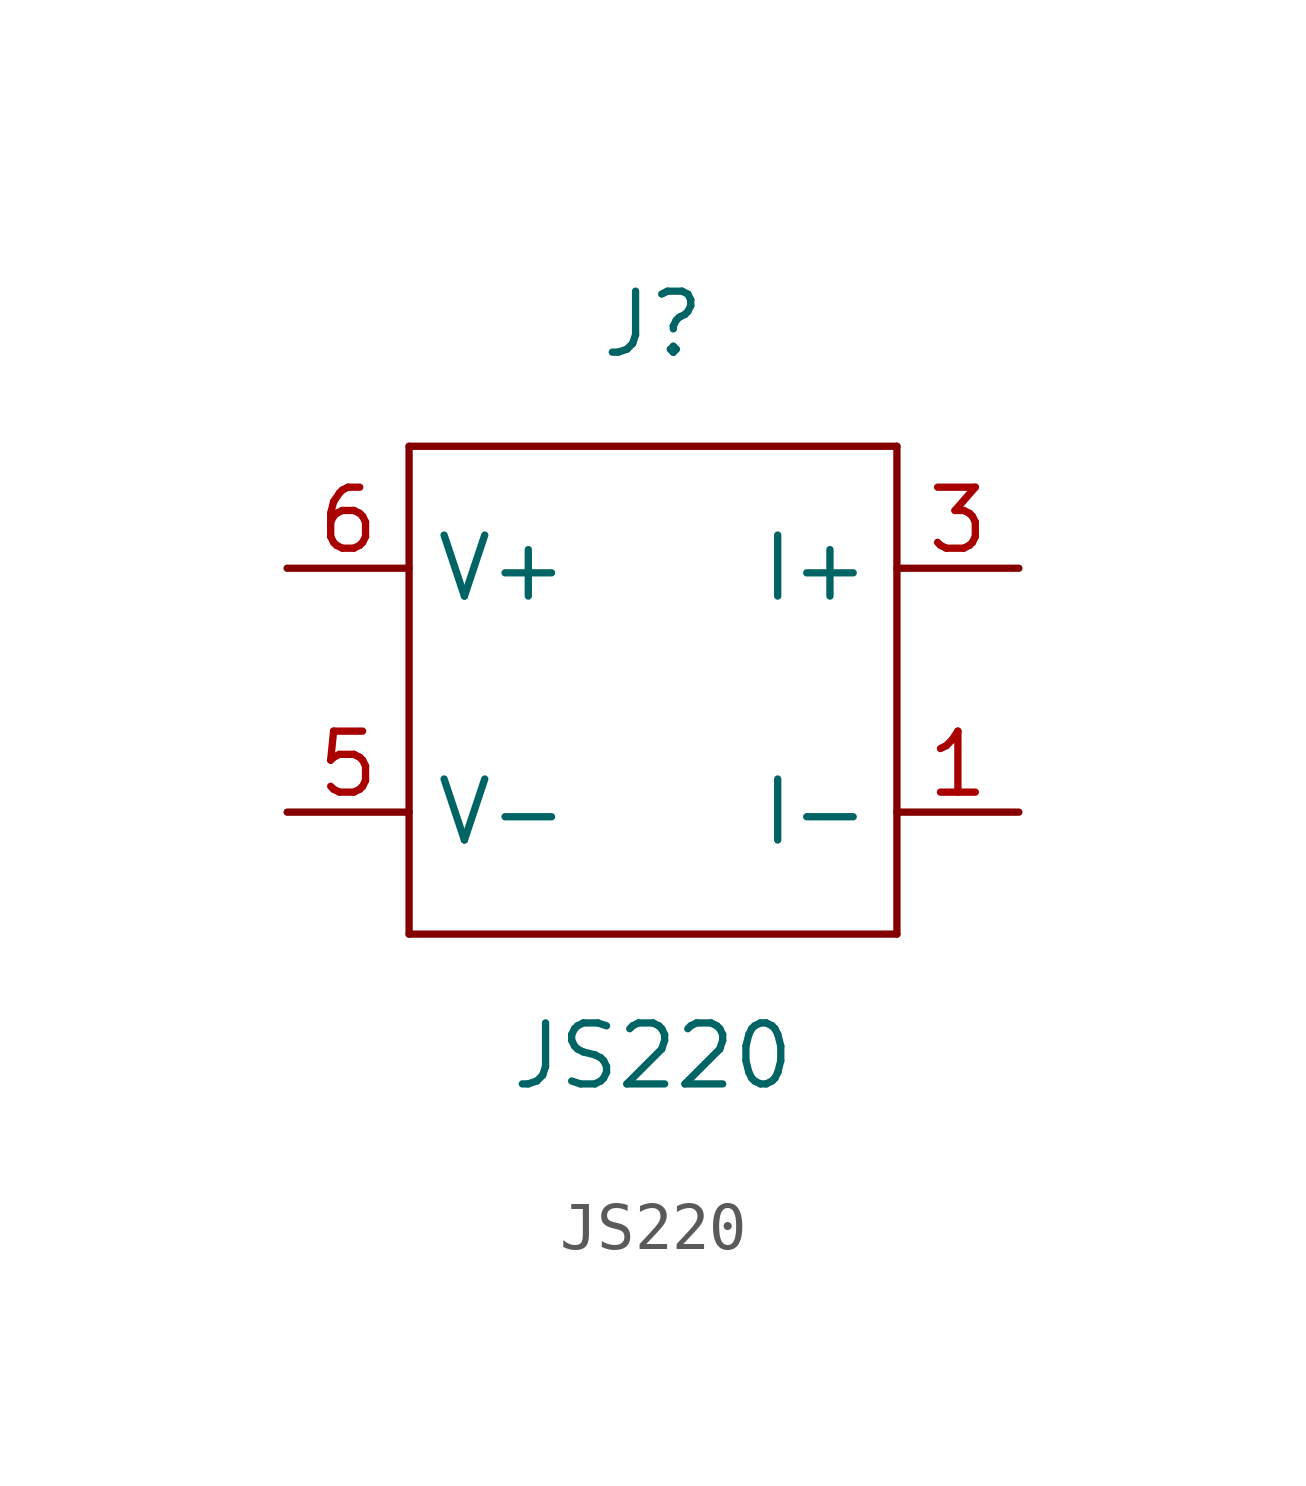
<source format=kicad_sym>
(kicad_symbol_lib
  (version 20211014)
  (generator kicad_symbol_editor)
  (symbol "JS220"
    (property "Reference" "J"
      (at 0 7.62 0)
      (effects (font (size 1.27 1.27))))
    (property "Value" "JS220"
      (at 0 -7.62 0)
      (effects (font (size 1.27 1.27))))
    (symbol "JS220_0_1"
      (rectangle (start -5.08 -5.08) (end 5.08 -5.08) (stroke (width 0.152) (type default) (color 0 0 0 0)) (fill (type none)))
      (rectangle (start -5.08 5.08) (end -5.08 -5.08) (stroke (width 0.152) (type default) (color 0 0 0 0)) (fill (type none)))
      (rectangle (start -5.08 5.08) (end 5.08 5.08) (stroke (width 0.152) (type default) (color 0 0 0 0)) (fill (type none)))
      (rectangle (start 5.08 5.08) (end 5.08 -5.08) (stroke (width 0.152) (type default) (color 0 0 0 0)) (fill (type none))))
    (symbol "JS220_1_1"
      (pin power_out line (at 7.62 -2.54 180) (length 2.54) (name "I-" (effects (font (size 1.27 1.27)))) (number "1" (effects (font (size 1.27 1.27)))))
      (pin passive line (at 7.62 -2.54 180) (length 2.54) hide (name "I-" (effects (font (size 1.27 1.27)))) (number "2" (effects (font (size 1.27 1.27)))))
      (pin power_in line (at 7.62 2.54 180) (length 2.54) (name "I+" (effects (font (size 1.27 1.27)))) (number "3" (effects (font (size 1.27 1.27)))))
      (pin passive line (at 7.62 2.54 180) (length 2.54) hide (name "I+" (effects (font (size 1.27 1.27)))) (number "4" (effects (font (size 1.27 1.27)))))
      (pin power_in line (at -7.62 -2.54 0) (length 2.54) (name "V-" (effects (font (size 1.27 1.27)))) (number "5" (effects (font (size 1.27 1.27)))))
      (pin power_in line (at -7.62 2.54 0) (length 2.54) (name "V+" (effects (font (size 1.27 1.27)))) (number "6" (effects (font (size 1.27 1.27))))))))
</source>
